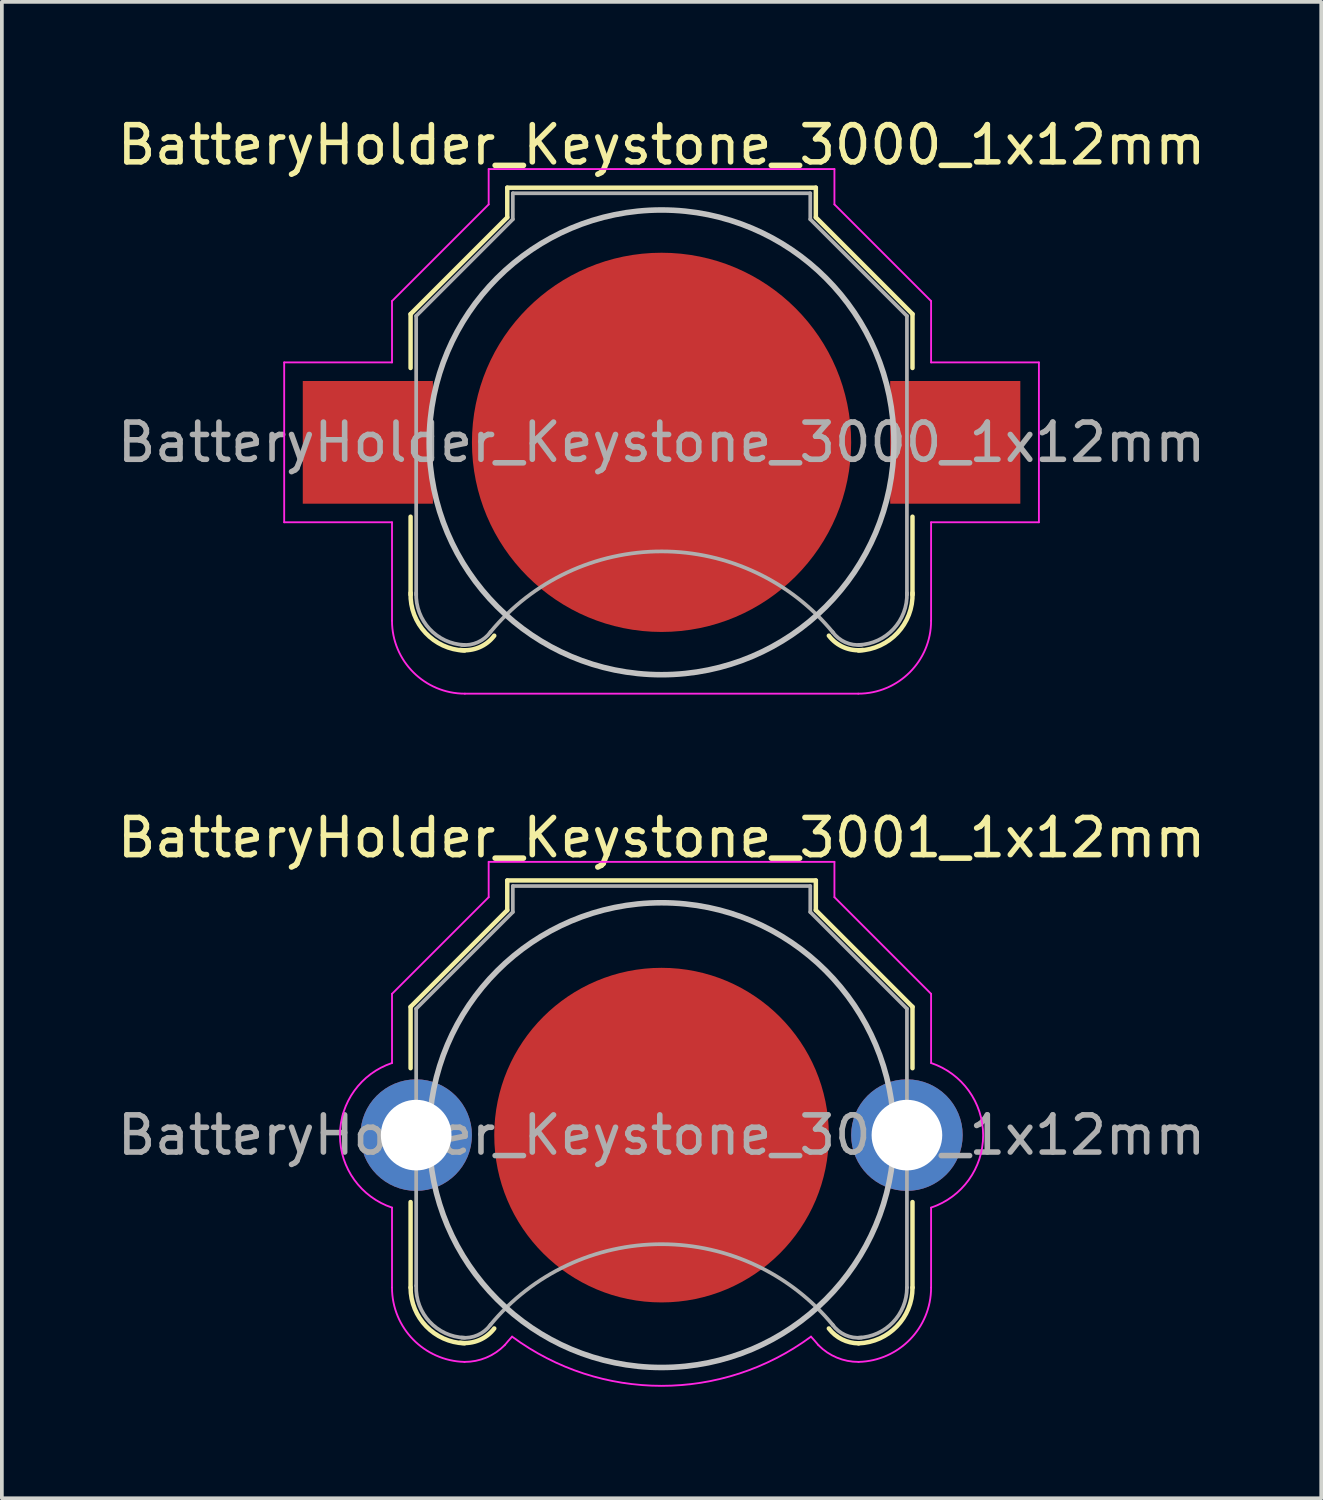
<source format=kicad_pcb>
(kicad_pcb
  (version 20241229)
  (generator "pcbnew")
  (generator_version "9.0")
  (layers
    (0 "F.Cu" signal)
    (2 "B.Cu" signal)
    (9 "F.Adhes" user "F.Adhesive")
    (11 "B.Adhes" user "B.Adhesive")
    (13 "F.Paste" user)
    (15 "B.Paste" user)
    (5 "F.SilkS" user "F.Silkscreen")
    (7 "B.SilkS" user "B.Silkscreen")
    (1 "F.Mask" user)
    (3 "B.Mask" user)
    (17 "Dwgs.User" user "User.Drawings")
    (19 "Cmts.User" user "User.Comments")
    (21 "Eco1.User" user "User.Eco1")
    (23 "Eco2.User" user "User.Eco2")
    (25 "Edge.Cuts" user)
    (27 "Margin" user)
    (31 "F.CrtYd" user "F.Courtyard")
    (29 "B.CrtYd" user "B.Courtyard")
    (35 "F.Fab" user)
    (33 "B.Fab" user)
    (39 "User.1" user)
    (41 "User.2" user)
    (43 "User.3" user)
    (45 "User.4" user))
  (footprint "BatteryHolder_Keystone_3000_1x12mm"
    (layer "F.Cu")
    (at 14.744 8.848)
    (property "Reference" "BatteryHolder_Keystone_3000_1x12mm" (at 0 -8 0) (layer "F.SilkS") (effects (font (size 1 1) (thickness 0.15))))
    (attr smd)
    (fp_line (start -6.75 -3.45) (end -4.15 -6.05) (stroke (width 0.12) (type solid)) (layer "F.SilkS"))
    (fp_line (start -6.75 -2) (end -6.75 -3.45) (stroke (width 0.12) (type solid)) (layer "F.SilkS"))
    (fp_line (start -6.75 2) (end -6.75 4.1) (stroke (width 0.12) (type solid)) (layer "F.SilkS"))
    (fp_line (start -4.15 -6.85) (end 4.15 -6.85) (stroke (width 0.12) (type solid)) (layer "F.SilkS"))
    (fp_line (start -4.15 -6.05) (end -4.15 -6.85) (stroke (width 0.12) (type solid)) (layer "F.SilkS"))
    (fp_line (start 4.15 -6.85) (end 4.15 -6.05) (stroke (width 0.12) (type solid)) (layer "F.SilkS"))
    (fp_line (start 4.15 -6.05) (end 6.75 -3.45) (stroke (width 0.12) (type solid)) (layer "F.SilkS"))
    (fp_line (start 6.75 -3.45) (end 6.75 -2) (stroke (width 0.12) (type solid)) (layer "F.SilkS"))
    (fp_line (start 6.75 2) (end 6.75 4.1) (stroke (width 0.12) (type solid)) (layer "F.SilkS"))
    (fp_arc (start -5.3 5.6) (mid -6.346016 5.125305) (end -6.75 4.05) (stroke (width 0.12) (type solid)) (layer "F.SilkS"))
    (fp_arc (start -4.5 5.2) (mid -4.90584 5.514615) (end -5.414615 5.58416) (stroke (width 0.12) (type solid)) (layer "F.SilkS"))
    (fp_arc (start 5.414615 5.58416) (mid 4.90584 5.514615) (end 4.5 5.2) (stroke (width 0.12) (type solid)) (layer "F.SilkS"))
    (fp_arc (start 6.75 4.05) (mid 6.346016 5.125305) (end 5.3 5.6) (stroke (width 0.12) (type solid)) (layer "F.SilkS"))
    (fp_circle (center 0 0) (end 0 6.25) (stroke (width 0.15) (type solid)) (fill no) (layer "Dwgs.User"))
    (fp_line (start -10.15 -2.15) (end -10.15 2.15) (stroke (width 0.05) (type solid)) (layer "F.CrtYd"))
    (fp_line (start -10.15 2.15) (end -7.25 2.15) (stroke (width 0.05) (type solid)) (layer "F.CrtYd"))
    (fp_line (start -7.25 -3.8) (end -4.65 -6.4) (stroke (width 0.05) (type solid)) (layer "F.CrtYd"))
    (fp_line (start -7.25 -2.15) (end -10.15 -2.15) (stroke (width 0.05) (type solid)) (layer "F.CrtYd"))
    (fp_line (start -7.25 -2.15) (end -7.25 -3.8) (stroke (width 0.05) (type solid)) (layer "F.CrtYd"))
    (fp_line (start -7.25 2.15) (end -7.25 4.8) (stroke (width 0.05) (type solid)) (layer "F.CrtYd"))
    (fp_line (start -5.29 6.76) (end 5.29 6.76) (stroke (width 0.05) (type solid)) (layer "F.CrtYd"))
    (fp_line (start -4.65 -7.35) (end 4.65 -7.35) (stroke (width 0.05) (type solid)) (layer "F.CrtYd"))
    (fp_line (start -4.65 -6.4) (end -4.65 -7.35) (stroke (width 0.05) (type solid)) (layer "F.CrtYd"))
    (fp_line (start 4.65 -6.4) (end 4.65 -7.35) (stroke (width 0.05) (type solid)) (layer "F.CrtYd"))
    (fp_line (start 7.25 -3.8) (end 4.65 -6.4) (stroke (width 0.05) (type solid)) (layer "F.CrtYd"))
    (fp_line (start 7.25 -2.15) (end 7.25 -3.8) (stroke (width 0.05) (type solid)) (layer "F.CrtYd"))
    (fp_line (start 7.25 -2.15) (end 10.15 -2.15) (stroke (width 0.05) (type solid)) (layer "F.CrtYd"))
    (fp_line (start 7.25 2.15) (end 7.25 4.8) (stroke (width 0.05) (type solid)) (layer "F.CrtYd"))
    (fp_line (start 10.15 -2.15) (end 10.15 2.15) (stroke (width 0.05) (type solid)) (layer "F.CrtYd"))
    (fp_line (start 10.15 2.15) (end 7.25 2.15) (stroke (width 0.05) (type solid)) (layer "F.CrtYd"))
    (fp_arc (start -5.29 6.76) (mid -6.675929 6.185929) (end -7.25 4.8) (stroke (width 0.05) (type solid)) (layer "F.CrtYd"))
    (fp_arc (start 7.25 4.8) (mid 6.675929 6.185929) (end 5.29 6.76) (stroke (width 0.05) (type solid)) (layer "F.CrtYd"))
    (fp_line (start -6.6 -3.4) (end -6.6 4.1) (stroke (width 0.1) (type solid)) (layer "F.Fab"))
    (fp_line (start -4 -6.7) (end -4 -6) (stroke (width 0.1) (type solid)) (layer "F.Fab"))
    (fp_line (start -4 -6.7) (end 4 -6.7) (stroke (width 0.1) (type solid)) (layer "F.Fab"))
    (fp_line (start -4 -6) (end -6.6 -3.4) (stroke (width 0.1) (type solid)) (layer "F.Fab"))
    (fp_line (start 4 -6.7) (end 4 -6) (stroke (width 0.1) (type solid)) (layer "F.Fab"))
    (fp_line (start 4 -6) (end 6.6 -3.4) (stroke (width 0.1) (type solid)) (layer "F.Fab"))
    (fp_line (start 6.6 -3.4) (end 6.6 4.1) (stroke (width 0.1) (type solid)) (layer "F.Fab"))
    (fp_arc (start -5.3 5.45) (mid -6.239949 5.019239) (end -6.6 4.05) (stroke (width 0.1) (type solid)) (layer "F.Fab"))
    (fp_arc (start -4.6 5.1) (mid -4.942443 5.378013) (end -5.378013 5.447558) (stroke (width 0.1) (type solid)) (layer "F.Fab"))
    (fp_arc (start -4.6 5.1) (mid 0.006214 2.93343) (end 4.607905 5.109589) (stroke (width 0.1) (type solid)) (layer "F.Fab"))
    (fp_arc (start 5.378013 5.447558) (mid 4.942442 5.378013) (end 4.6 5.1) (stroke (width 0.1) (type solid)) (layer "F.Fab"))
    (fp_arc (start 6.6 4.05) (mid 6.239949 5.019239) (end 5.3 5.45) (stroke (width 0.1) (type solid)) (layer "F.Fab"))
    (fp_text user "${REFERENCE}" (at 0 0 0) (layer "F.Fab") (effects (font (size 1 1) (thickness 0.15))))
    (pad "1" smd rect (at -7.9 0) (size 3.5 3.3) (layers "F.Cu" "F.Mask" "F.Paste"))
    (pad "1" smd rect (at 7.9 0) (size 3.5 3.3) (layers "F.Cu" "F.Mask" "F.Paste"))
    (pad "2" smd circle (at 0 0) (size 10.2 10.2) (layers "F.Cu" "F.Mask")))
  (footprint "BatteryHolder_Keystone_3001_1x12mm"
    (layer "F.Cu")
    (at 14.744 27.482)
    (property "Reference" "BatteryHolder_Keystone_3001_1x12mm" (at 0 -8 0) (layer "F.SilkS") (effects (font (size 1 1) (thickness 0.15))))
    (attr through_hole)
    (fp_line (start -6.75 -3.45) (end -4.15 -6.05) (stroke (width 0.12) (type solid)) (layer "F.SilkS"))
    (fp_line (start -6.75 -1.8) (end -6.75 -3.45) (stroke (width 0.12) (type solid)) (layer "F.SilkS"))
    (fp_line (start -6.75 1.8) (end -6.75 4.1) (stroke (width 0.12) (type solid)) (layer "F.SilkS"))
    (fp_line (start -4.15 -6.85) (end 4.15 -6.85) (stroke (width 0.12) (type solid)) (layer "F.SilkS"))
    (fp_line (start -4.15 -6.05) (end -4.15 -6.85) (stroke (width 0.12) (type solid)) (layer "F.SilkS"))
    (fp_line (start 4.15 -6.85) (end 4.15 -6.05) (stroke (width 0.12) (type solid)) (layer "F.SilkS"))
    (fp_line (start 4.15 -6.05) (end 6.75 -3.45) (stroke (width 0.12) (type solid)) (layer "F.SilkS"))
    (fp_line (start 6.75 -3.45) (end 6.75 -1.8) (stroke (width 0.12) (type solid)) (layer "F.SilkS"))
    (fp_line (start 6.75 1.8) (end 6.75 4.1) (stroke (width 0.12) (type solid)) (layer "F.SilkS"))
    (fp_arc (start -5.3 5.6) (mid -6.32849 5.143374) (end -6.75 4.1) (stroke (width 0.12) (type solid)) (layer "F.SilkS"))
    (fp_arc (start -4.5 5.2) (mid -4.90584 5.514615) (end -5.414615 5.58416) (stroke (width 0.12) (type solid)) (layer "F.SilkS"))
    (fp_arc (start 5.3 5.6) (mid 4.853425 5.493151) (end 4.5 5.2) (stroke (width 0.12) (type solid)) (layer "F.SilkS"))
    (fp_arc (start 6.75 4.1) (mid 6.328491 5.143375) (end 5.3 5.6) (stroke (width 0.12) (type solid)) (layer "F.SilkS"))
    (fp_circle (center 0 0) (end 0 6.25) (stroke (width 0.15) (type solid)) (fill no) (layer "Dwgs.User"))
    (fp_line (start -7.25 -3.8) (end -4.65 -6.4) (stroke (width 0.05) (type solid)) (layer "F.CrtYd"))
    (fp_line (start -7.25 -1.94) (end -7.25 -3.8) (stroke (width 0.05) (type solid)) (layer "F.CrtYd"))
    (fp_line (start -7.25 1.95) (end -7.25 4.1) (stroke (width 0.05) (type solid)) (layer "F.CrtYd"))
    (fp_line (start -4.65 -7.35) (end 4.65 -7.35) (stroke (width 0.05) (type solid)) (layer "F.CrtYd"))
    (fp_line (start -4.65 -6.4) (end -4.65 -7.35) (stroke (width 0.05) (type solid)) (layer "F.CrtYd"))
    (fp_line (start 4.65 -6.4) (end 4.65 -7.35) (stroke (width 0.05) (type solid)) (layer "F.CrtYd"))
    (fp_line (start 7.25 -3.8) (end 4.65 -6.4) (stroke (width 0.05) (type solid)) (layer "F.CrtYd"))
    (fp_line (start 7.25 -1.94) (end 7.25 -3.8) (stroke (width 0.05) (type solid)) (layer "F.CrtYd"))
    (fp_line (start 7.25 1.95) (end 7.25 4.1) (stroke (width 0.05) (type solid)) (layer "F.CrtYd"))
    (fp_arc (start -7.25 1.95) (mid -8.650199 0.005001) (end -7.25 -1.94) (stroke (width 0.05) (type solid)) (layer "F.CrtYd"))
    (fp_arc (start -5.3 6.1) (mid -6.682005 5.49683) (end -7.25 4.1) (stroke (width 0.05) (type solid)) (layer "F.CrtYd"))
    (fp_arc (start -4.22 5.65) (mid -4.714386 5.984474) (end -5.3 6.1) (stroke (width 0.05) (type solid)) (layer "F.CrtYd"))
    (fp_arc (start -4.22 5.65) (mid -4.121556 5.533647) (end -4.02 5.42) (stroke (width 0.05) (type solid)) (layer "F.CrtYd"))
    (fp_arc (start 4.02 5.42) (mid 0 6.743653) (end -4.02 5.42) (stroke (width 0.05) (type solid)) (layer "F.CrtYd"))
    (fp_arc (start 4.02 5.42) (mid 4.121556 5.533647) (end 4.22 5.65) (stroke (width 0.05) (type solid)) (layer "F.CrtYd"))
    (fp_arc (start 5.3 6.1) (mid 4.714386 5.984474) (end 4.22 5.65) (stroke (width 0.05) (type solid)) (layer "F.CrtYd"))
    (fp_arc (start 7.25 -1.94) (mid 8.650199 0.004999) (end 7.25 1.95) (stroke (width 0.05) (type solid)) (layer "F.CrtYd"))
    (fp_arc (start 7.25 4.1) (mid 6.682004 5.496829) (end 5.3 6.1) (stroke (width 0.05) (type solid)) (layer "F.CrtYd"))
    (fp_line (start -6.6 -3.4) (end -6.6 4.05) (stroke (width 0.1) (type solid)) (layer "F.Fab"))
    (fp_line (start -4 -6.7) (end -4 -6) (stroke (width 0.1) (type solid)) (layer "F.Fab"))
    (fp_line (start -4 -6.7) (end 4 -6.7) (stroke (width 0.1) (type solid)) (layer "F.Fab"))
    (fp_line (start -4 -6) (end -6.6 -3.4) (stroke (width 0.1) (type solid)) (layer "F.Fab"))
    (fp_line (start 4 -6.7) (end 4 -6) (stroke (width 0.1) (type solid)) (layer "F.Fab"))
    (fp_line (start 4 -6) (end 6.6 -3.4) (stroke (width 0.1) (type solid)) (layer "F.Fab"))
    (fp_line (start 6.6 -3.4) (end 6.6 4.1) (stroke (width 0.1) (type solid)) (layer "F.Fab"))
    (fp_arc (start -5.3 5.45) (mid -6.239949 5.019239) (end -6.6 4.05) (stroke (width 0.1) (type solid)) (layer "F.Fab"))
    (fp_arc (start -4.6 5.1) (mid -4.942443 5.378013) (end -5.378013 5.447558) (stroke (width 0.1) (type solid)) (layer "F.Fab"))
    (fp_arc (start -4.6 5.1) (mid 0.006214 2.93343) (end 4.607905 5.109589) (stroke (width 0.1) (type solid)) (layer "F.Fab"))
    (fp_arc (start 5.378013 5.447558) (mid 4.942443 5.378013) (end 4.6 5.1) (stroke (width 0.1) (type solid)) (layer "F.Fab"))
    (fp_arc (start 6.6 4.1) (mid 6.222442 5.037351) (end 5.3 5.45) (stroke (width 0.1) (type solid)) (layer "F.Fab"))
    (fp_text user "${REFERENCE}" (at 0 0 0) (layer "F.Fab") (effects (font (size 1 1) (thickness 0.15))))
    (pad "1" thru_hole circle (at -6.6 0) (size 3 3) (drill 1.9) (layers "*.Cu" "*.Mask"))
    (pad "1" thru_hole circle (at 6.6 0) (size 3 3) (drill 1.9) (layers "*.Cu" "*.Mask"))
    (pad "2" smd circle (at 0 0) (size 9 9) (layers "F.Cu" "F.Mask")))
  (gr_rect
    (start -3 -3)
    (end 32.488 37.25)
    (stroke (width 0.1) (type default))
    (fill no)
    (layer "Edge.Cuts")))
</source>
